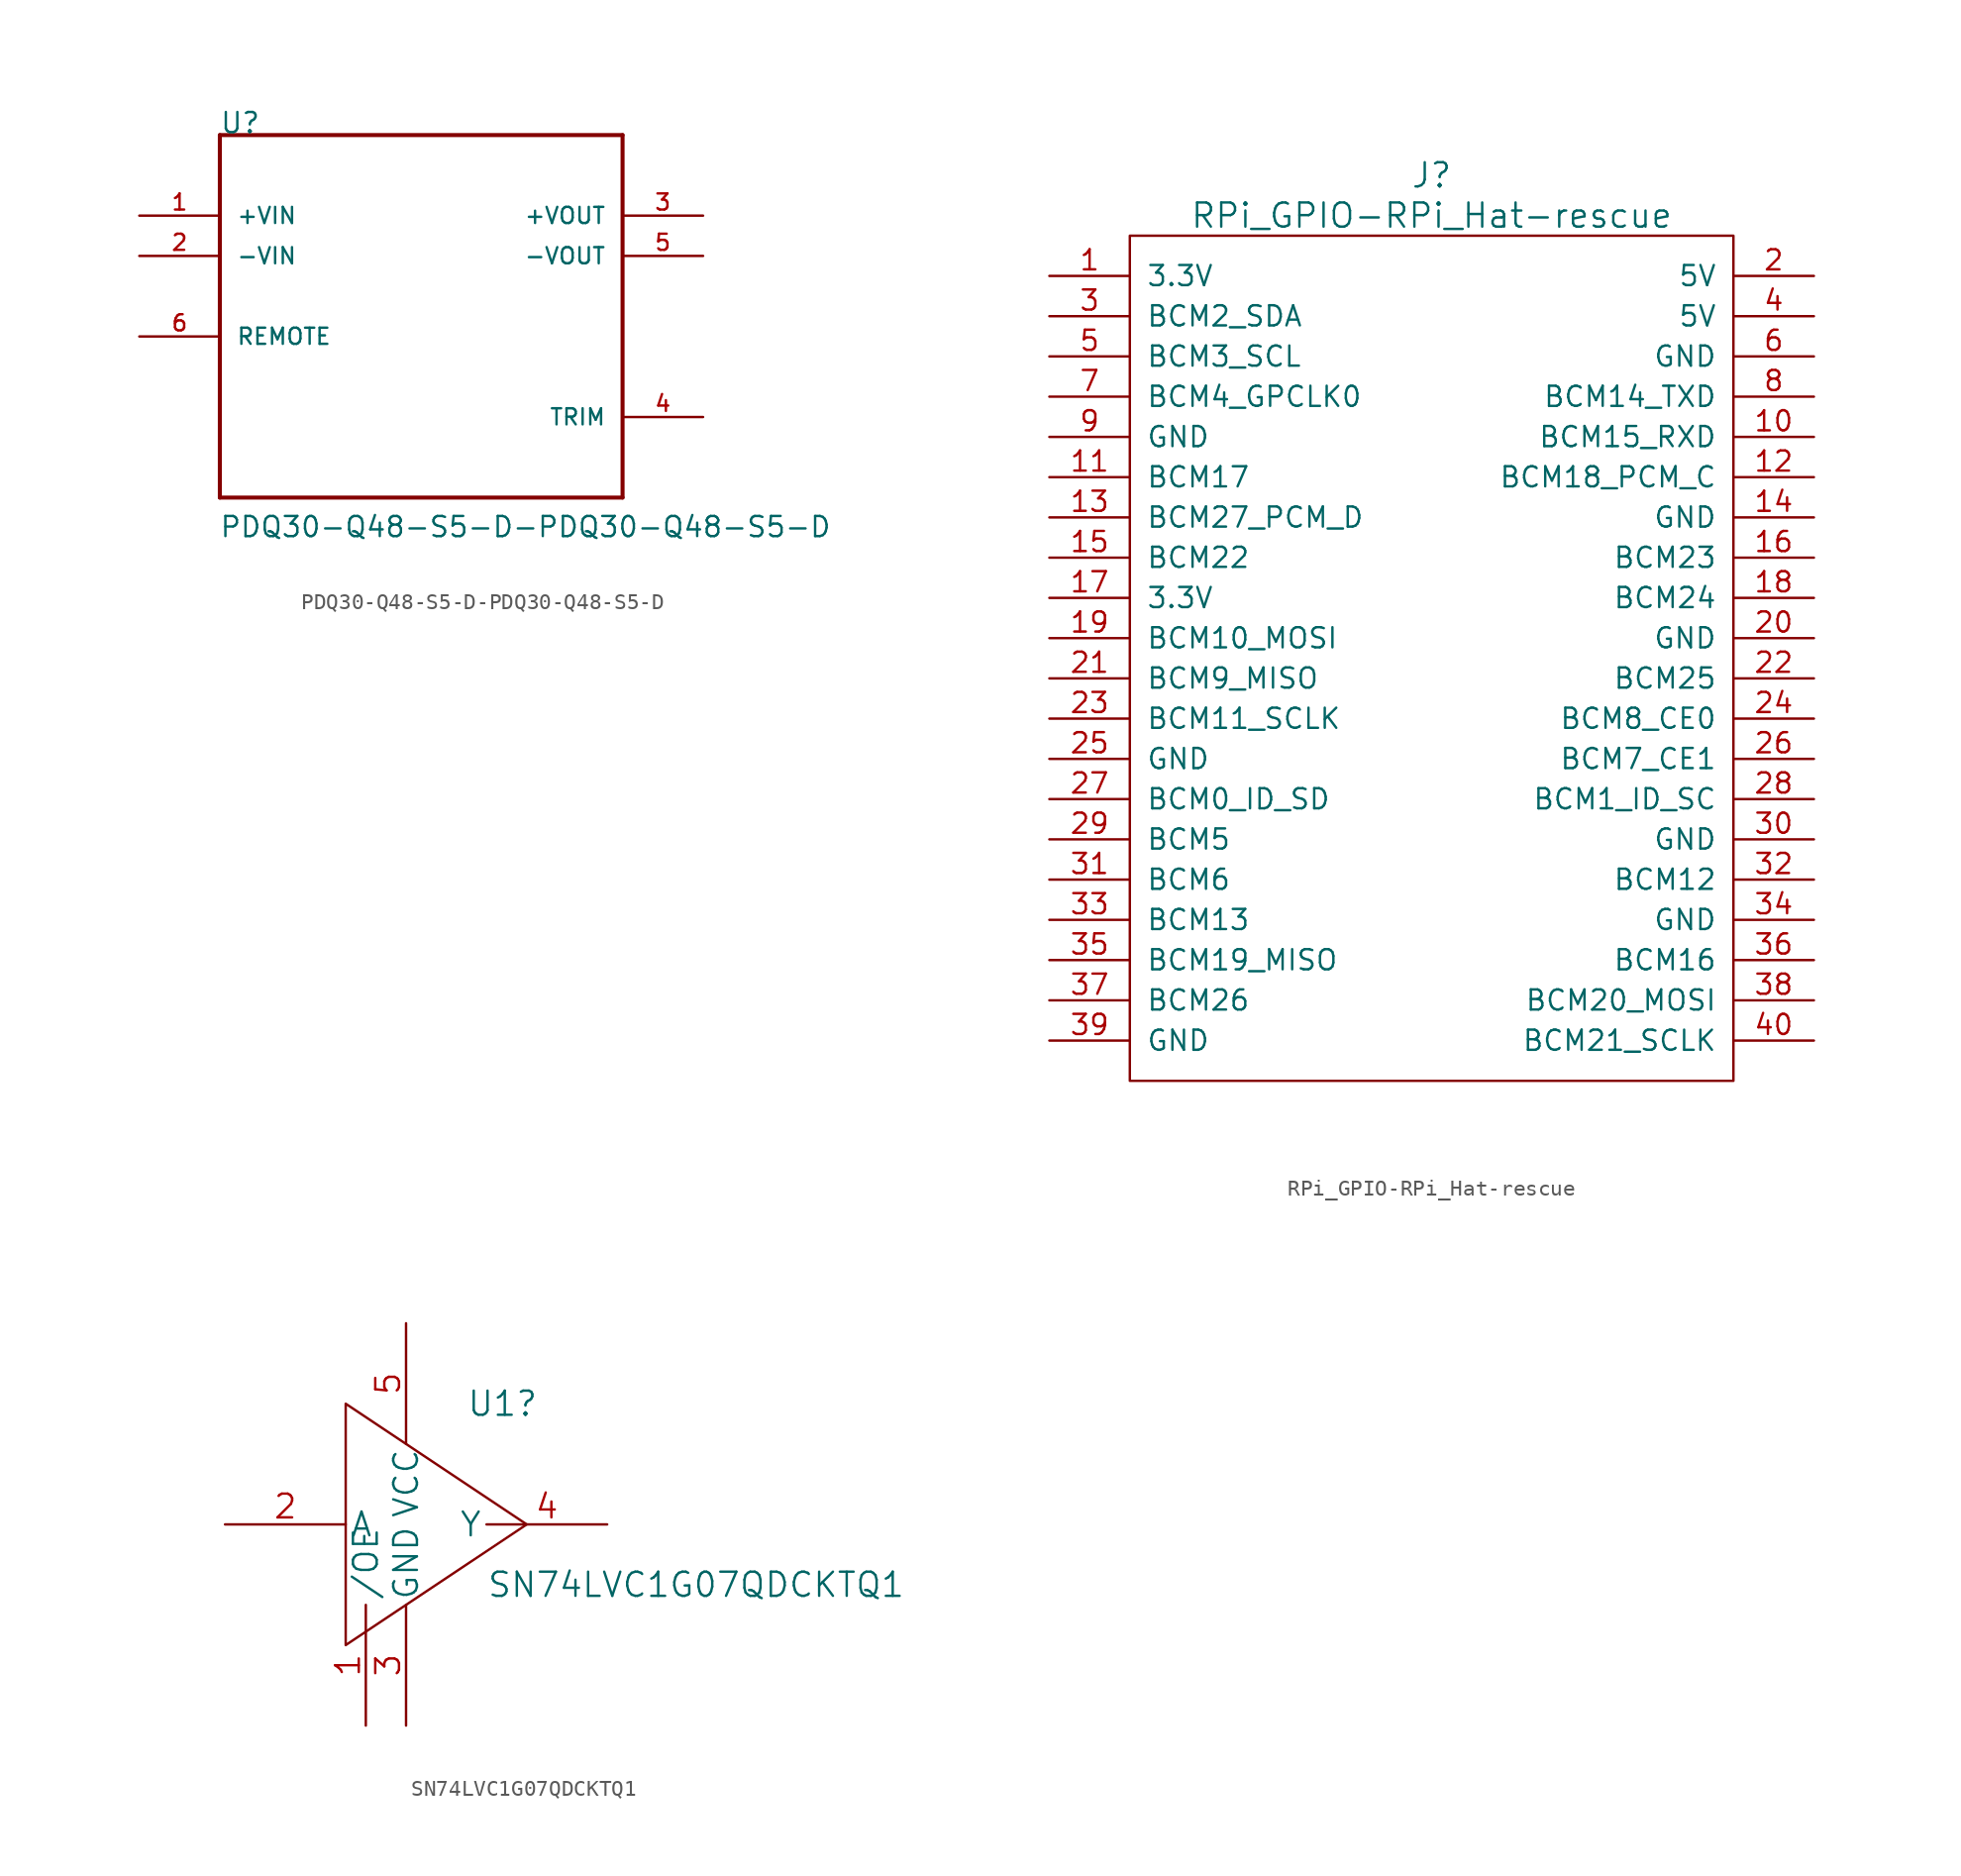
<source format=kicad_sym>
(kicad_symbol_lib
  (version 20211014)
  (generator kicad_symbol_editor)
  (symbol "PDQ30-Q48-S5-D-PDQ30-Q48-S5-D"
    (pin_names
      (offset 1.016))
    (property "Reference" "U"
      (at -12.725 10.185 0)
      (effects (font (size 1.27 1.27)) (justify left bottom)))
    (property "Value" "PDQ30-Q48-S5-D-PDQ30-Q48-S5-D"
      (at -12.751 -15.291 0)
      (effects (font (size 1.27 1.27)) (justify left bottom)))
    (property "ki_locked" ""
      (at 0 0 0)
      (effects (font (size 1.27 1.27))))
    (symbol "PDQ30-Q48-S5-D-PDQ30-Q48-S5-D_0_0"
      (polyline (pts (xy -12.7 -12.7) (xy -12.7 10.16)) (stroke (width 0.254) (type default) (color 0 0 0 0)) (fill (type none)))
      (polyline (pts (xy -12.7 10.16) (xy 12.7 10.16)) (stroke (width 0.254) (type default) (color 0 0 0 0)) (fill (type none)))
      (polyline (pts (xy 12.7 -12.7) (xy -12.7 -12.7)) (stroke (width 0.254) (type default) (color 0 0 0 0)) (fill (type none)))
      (polyline (pts (xy 12.7 10.16) (xy 12.7 -12.7)) (stroke (width 0.254) (type default) (color 0 0 0 0)) (fill (type none)))
      (pin input line (at -17.78 5.08 0) (length 5.08) (name "+VIN" (effects (font (size 1.016 1.016)))) (number "1" (effects (font (size 1.016 1.016)))))
      (pin input line (at -17.78 2.54 0) (length 5.08) (name "-VIN" (effects (font (size 1.016 1.016)))) (number "2" (effects (font (size 1.016 1.016)))))
      (pin output line (at 17.78 5.08 180) (length 5.08) (name "+VOUT" (effects (font (size 1.016 1.016)))) (number "3" (effects (font (size 1.016 1.016)))))
      (pin passive line (at 17.78 -7.62 180) (length 5.08) (name "TRIM" (effects (font (size 1.016 1.016)))) (number "4" (effects (font (size 1.016 1.016)))))
      (pin output line (at 17.78 2.54 180) (length 5.08) (name "-VOUT" (effects (font (size 1.016 1.016)))) (number "5" (effects (font (size 1.016 1.016)))))
      (pin input line (at -17.78 -2.54 0) (length 5.08) (name "REMOTE" (effects (font (size 1.016 1.016)))) (number "6" (effects (font (size 1.016 1.016)))))))
  (symbol "RPi_GPIO-RPi_Hat-rescue"
    (pin_names
      (offset 1.016))
    (property "Reference" "J"
      (at 19.05 6.35 0)
      (effects (font (size 1.524 1.524))))
    (property "Value" "RPi_GPIO-RPi_Hat-rescue"
      (at 19.05 3.81 0)
      (effects (font (size 1.524 1.524))))
    (property "Footprint" ""
      (at 0 0 0)
      (effects (font (size 1.524 1.524))))
    (property "Datasheet" ""
      (at 0 0 0)
      (effects (font (size 1.524 1.524))))
    (symbol "RPi_GPIO-RPi_Hat-rescue_0_1"
      (rectangle (start 0 2.54) (end 38.1 -50.8) (stroke (width 0) (type default) (color 0 0 0 0)) (fill (type none))))
    (symbol "RPi_GPIO-RPi_Hat-rescue_1_1"
      (pin power_in line (at -5.08 0 0) (length 5.08) (name "3.3V" (effects (font (size 1.27 1.27)))) (number "1" (effects (font (size 1.27 1.27)))))
      (pin bidirectional line (at 43.18 -10.16 180) (length 5.08) (name "BCM15_RXD" (effects (font (size 1.27 1.27)))) (number "10" (effects (font (size 1.27 1.27)))))
      (pin bidirectional line (at -5.08 -12.7 0) (length 5.08) (name "BCM17" (effects (font (size 1.27 1.27)))) (number "11" (effects (font (size 1.27 1.27)))))
      (pin bidirectional line (at 43.18 -12.7 180) (length 5.08) (name "BCM18_PCM_C" (effects (font (size 1.27 1.27)))) (number "12" (effects (font (size 1.27 1.27)))))
      (pin bidirectional line (at -5.08 -15.24 0) (length 5.08) (name "BCM27_PCM_D" (effects (font (size 1.27 1.27)))) (number "13" (effects (font (size 1.27 1.27)))))
      (pin power_in line (at 43.18 -15.24 180) (length 5.08) (name "GND" (effects (font (size 1.27 1.27)))) (number "14" (effects (font (size 1.27 1.27)))))
      (pin bidirectional line (at -5.08 -17.78 0) (length 5.08) (name "BCM22" (effects (font (size 1.27 1.27)))) (number "15" (effects (font (size 1.27 1.27)))))
      (pin bidirectional line (at 43.18 -17.78 180) (length 5.08) (name "BCM23" (effects (font (size 1.27 1.27)))) (number "16" (effects (font (size 1.27 1.27)))))
      (pin power_in line (at -5.08 -20.32 0) (length 5.08) (name "3.3V" (effects (font (size 1.27 1.27)))) (number "17" (effects (font (size 1.27 1.27)))))
      (pin bidirectional line (at 43.18 -20.32 180) (length 5.08) (name "BCM24" (effects (font (size 1.27 1.27)))) (number "18" (effects (font (size 1.27 1.27)))))
      (pin bidirectional line (at -5.08 -22.86 0) (length 5.08) (name "BCM10_MOSI" (effects (font (size 1.27 1.27)))) (number "19" (effects (font (size 1.27 1.27)))))
      (pin power_in line (at 43.18 0 180) (length 5.08) (name "5V" (effects (font (size 1.27 1.27)))) (number "2" (effects (font (size 1.27 1.27)))))
      (pin power_in line (at 43.18 -22.86 180) (length 5.08) (name "GND" (effects (font (size 1.27 1.27)))) (number "20" (effects (font (size 1.27 1.27)))))
      (pin bidirectional line (at -5.08 -25.4 0) (length 5.08) (name "BCM9_MISO" (effects (font (size 1.27 1.27)))) (number "21" (effects (font (size 1.27 1.27)))))
      (pin bidirectional line (at 43.18 -25.4 180) (length 5.08) (name "BCM25" (effects (font (size 1.27 1.27)))) (number "22" (effects (font (size 1.27 1.27)))))
      (pin bidirectional line (at -5.08 -27.94 0) (length 5.08) (name "BCM11_SCLK" (effects (font (size 1.27 1.27)))) (number "23" (effects (font (size 1.27 1.27)))))
      (pin bidirectional line (at 43.18 -27.94 180) (length 5.08) (name "BCM8_CE0" (effects (font (size 1.27 1.27)))) (number "24" (effects (font (size 1.27 1.27)))))
      (pin power_in line (at -5.08 -30.48 0) (length 5.08) (name "GND" (effects (font (size 1.27 1.27)))) (number "25" (effects (font (size 1.27 1.27)))))
      (pin bidirectional line (at 43.18 -30.48 180) (length 5.08) (name "BCM7_CE1" (effects (font (size 1.27 1.27)))) (number "26" (effects (font (size 1.27 1.27)))))
      (pin bidirectional line (at -5.08 -33.02 0) (length 5.08) (name "BCM0_ID_SD" (effects (font (size 1.27 1.27)))) (number "27" (effects (font (size 1.27 1.27)))))
      (pin bidirectional line (at 43.18 -33.02 180) (length 5.08) (name "BCM1_ID_SC" (effects (font (size 1.27 1.27)))) (number "28" (effects (font (size 1.27 1.27)))))
      (pin bidirectional line (at -5.08 -35.56 0) (length 5.08) (name "BCM5" (effects (font (size 1.27 1.27)))) (number "29" (effects (font (size 1.27 1.27)))))
      (pin bidirectional line (at -5.08 -2.54 0) (length 5.08) (name "BCM2_SDA" (effects (font (size 1.27 1.27)))) (number "3" (effects (font (size 1.27 1.27)))))
      (pin power_in line (at 43.18 -35.56 180) (length 5.08) (name "GND" (effects (font (size 1.27 1.27)))) (number "30" (effects (font (size 1.27 1.27)))))
      (pin bidirectional line (at -5.08 -38.1 0) (length 5.08) (name "BCM6" (effects (font (size 1.27 1.27)))) (number "31" (effects (font (size 1.27 1.27)))))
      (pin bidirectional line (at 43.18 -38.1 180) (length 5.08) (name "BCM12" (effects (font (size 1.27 1.27)))) (number "32" (effects (font (size 1.27 1.27)))))
      (pin bidirectional line (at -5.08 -40.64 0) (length 5.08) (name "BCM13" (effects (font (size 1.27 1.27)))) (number "33" (effects (font (size 1.27 1.27)))))
      (pin power_in line (at 43.18 -40.64 180) (length 5.08) (name "GND" (effects (font (size 1.27 1.27)))) (number "34" (effects (font (size 1.27 1.27)))))
      (pin bidirectional line (at -5.08 -43.18 0) (length 5.08) (name "BCM19_MISO" (effects (font (size 1.27 1.27)))) (number "35" (effects (font (size 1.27 1.27)))))
      (pin bidirectional line (at 43.18 -43.18 180) (length 5.08) (name "BCM16" (effects (font (size 1.27 1.27)))) (number "36" (effects (font (size 1.27 1.27)))))
      (pin bidirectional line (at -5.08 -45.72 0) (length 5.08) (name "BCM26" (effects (font (size 1.27 1.27)))) (number "37" (effects (font (size 1.27 1.27)))))
      (pin bidirectional line (at 43.18 -45.72 180) (length 5.08) (name "BCM20_MOSI" (effects (font (size 1.27 1.27)))) (number "38" (effects (font (size 1.27 1.27)))))
      (pin power_in line (at -5.08 -48.26 0) (length 5.08) (name "GND" (effects (font (size 1.27 1.27)))) (number "39" (effects (font (size 1.27 1.27)))))
      (pin power_in line (at 43.18 -2.54 180) (length 5.08) (name "5V" (effects (font (size 1.27 1.27)))) (number "4" (effects (font (size 1.27 1.27)))))
      (pin bidirectional line (at 43.18 -48.26 180) (length 5.08) (name "BCM21_SCLK" (effects (font (size 1.27 1.27)))) (number "40" (effects (font (size 1.27 1.27)))))
      (pin bidirectional line (at -5.08 -5.08 0) (length 5.08) (name "BCM3_SCL" (effects (font (size 1.27 1.27)))) (number "5" (effects (font (size 1.27 1.27)))))
      (pin power_in line (at 43.18 -5.08 180) (length 5.08) (name "GND" (effects (font (size 1.27 1.27)))) (number "6" (effects (font (size 1.27 1.27)))))
      (pin bidirectional line (at -5.08 -7.62 0) (length 5.08) (name "BCM4_GPCLK0" (effects (font (size 1.27 1.27)))) (number "7" (effects (font (size 1.27 1.27)))))
      (pin bidirectional line (at 43.18 -7.62 180) (length 5.08) (name "BCM14_TXD" (effects (font (size 1.27 1.27)))) (number "8" (effects (font (size 1.27 1.27)))))
      (pin power_in line (at -5.08 -10.16 0) (length 5.08) (name "GND" (effects (font (size 1.27 1.27)))) (number "9" (effects (font (size 1.27 1.27)))))))
  (symbol "SN74LVC1G07QDCKTQ1"
    (pin_names
      (offset 0.254))
    (property "Reference" "U1"
      (at 20.32 5.08 0)
      (effects (font (size 1.524 1.524)) (justify left)))
    (property "Value" "SN74LVC1G07QDCKTQ1"
      (at 21.59 -6.35 0)
      (effects (font (size 1.524 1.524)) (justify left)))
    (property "Datasheet" ""
      (at 0 0 0)
      (effects (font (size 1.524 1.524))))
    (property "ki_locked" ""
      (at 0 0 0)
      (effects (font (size 1.27 1.27))))
    (symbol "SN74LVC1G07QDCKTQ1_1_1"
      (polyline (pts (xy 12.7 5.08) (xy 24.13 -2.54) (xy 12.7 -10.16) (xy 12.7 5.08)) (stroke (width 0) (type default) (color 0 0 0 0)) (fill (type none)))
      (pin input line (at 13.97 -15.24 90) (length 7.62) (name "/OE" (effects (font (size 1.499 1.499)))) (number "1" (effects (font (size 1.499 1.499)))))
      (pin input line (at 5.08 -2.54 0) (length 7.62) (name "A" (effects (font (size 1.499 1.499)))) (number "2" (effects (font (size 1.499 1.499)))))
      (pin power_in line (at 16.51 -15.24 90) (length 7.62) (name "GND" (effects (font (size 1.499 1.499)))) (number "3" (effects (font (size 1.499 1.499)))))
      (pin output line (at 29.21 -2.54 180) (length 7.62) (name "Y" (effects (font (size 1.499 1.499)))) (number "4" (effects (font (size 1.499 1.499)))))
      (pin power_in line (at 16.51 10.16 270) (length 7.62) (name "VCC" (effects (font (size 1.499 1.499)))) (number "5" (effects (font (size 1.499 1.499))))))))
</source>
